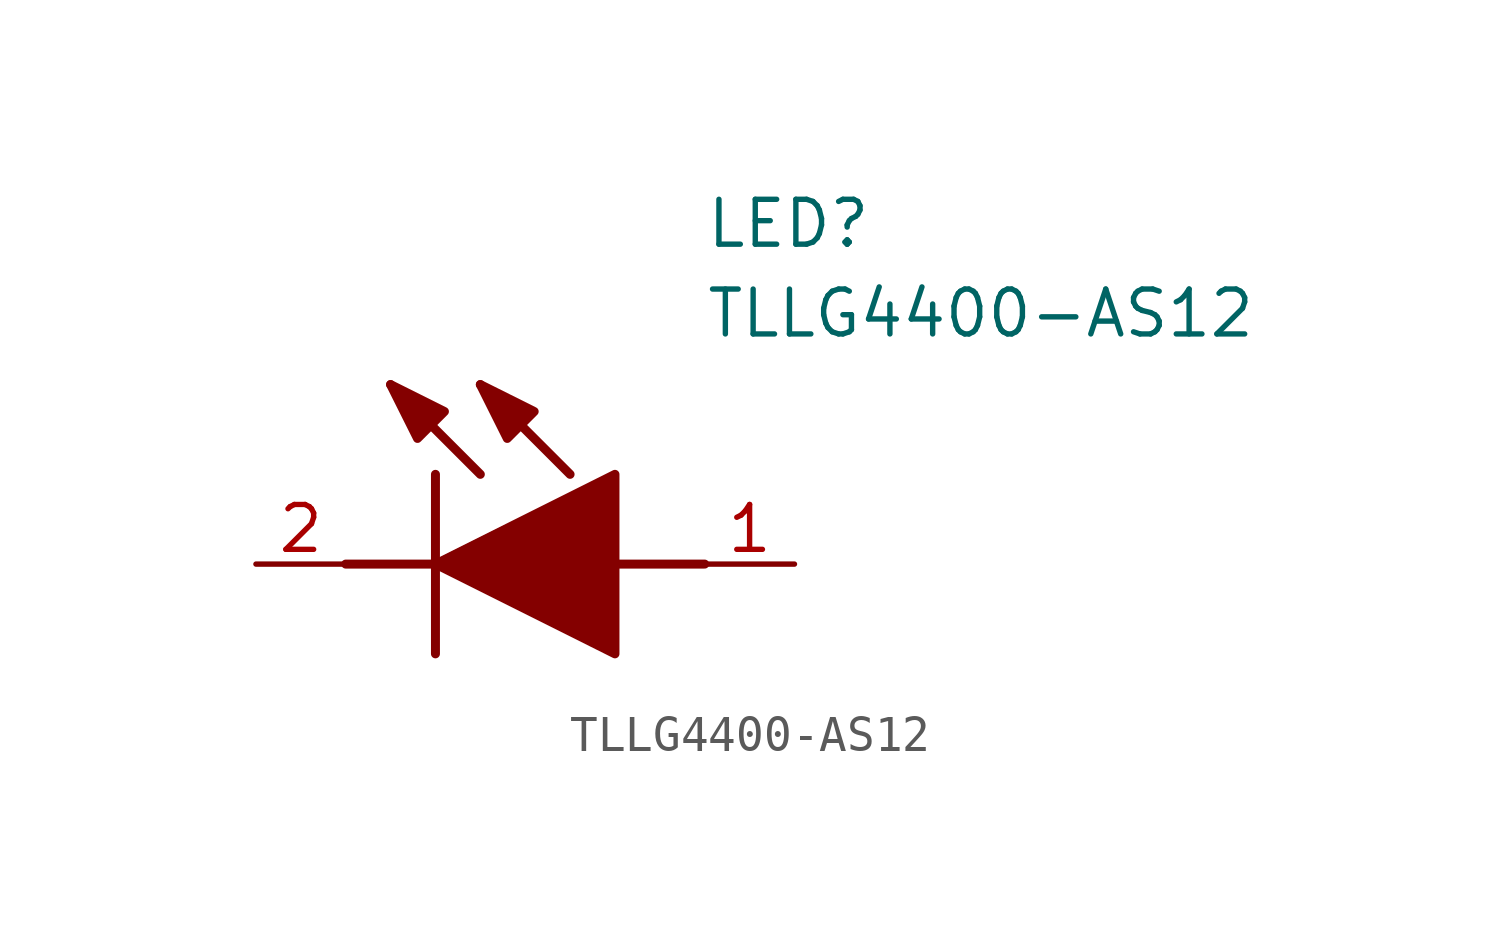
<source format=kicad_sym>
(kicad_symbol_lib
  (version 20241209)
  (generator "kicad_symbol_editor")
  (generator_version "9.0")
  (symbol "TLLG4400-AS12"
    (pin_names
      (hide yes))
    (property "Reference" "LED"
      (at 12.7 8.89 0)
      (effects (font (size 1.27 1.27)) (justify left bottom)))
    (property "Value" "TLLG4400-AS12"
      (at 12.7 6.35 0)
      (effects (font (size 1.27 1.27)) (justify left bottom)))
    (symbol "TLLG4400-AS12_1_1"
      (polyline (pts (xy 2.54 0) (xy 5.08 0)) (stroke (width 0.254) (type default)) (fill (type none)))
      (polyline (pts (xy 5.08 2.54) (xy 5.08 -2.54)) (stroke (width 0.254) (type default)) (fill (type none)))
      (polyline (pts (xy 5.08 0) (xy 10.16 2.54) (xy 10.16 -2.54) (xy 5.08 0)) (stroke (width 0.254) (type default)) (fill (type outline)))
      (polyline (pts (xy 5.334 4.318) (xy 4.572 3.556) (xy 3.81 5.08) (xy 5.334 4.318)) (stroke (width 0.254) (type default)) (fill (type outline)))
      (polyline (pts (xy 6.35 2.54) (xy 3.81 5.08)) (stroke (width 0.254) (type default)) (fill (type none)))
      (polyline (pts (xy 7.874 4.318) (xy 7.112 3.556) (xy 6.35 5.08) (xy 7.874 4.318)) (stroke (width 0.254) (type default)) (fill (type outline)))
      (polyline (pts (xy 8.89 2.54) (xy 6.35 5.08)) (stroke (width 0.254) (type default)) (fill (type none)))
      (polyline (pts (xy 10.16 0) (xy 12.7 0)) (stroke (width 0.254) (type default)) (fill (type none)))
      (pin passive line (at 0 0 0) (length 2.54) (name "K" (effects (font (size 1.27 1.27)))) (number "2" (effects (font (size 1.27 1.27)))))
      (pin passive line (at 15.24 0 180) (length 2.54) (name "A" (effects (font (size 1.27 1.27)))) (number "1" (effects (font (size 1.27 1.27))))))))
</source>
